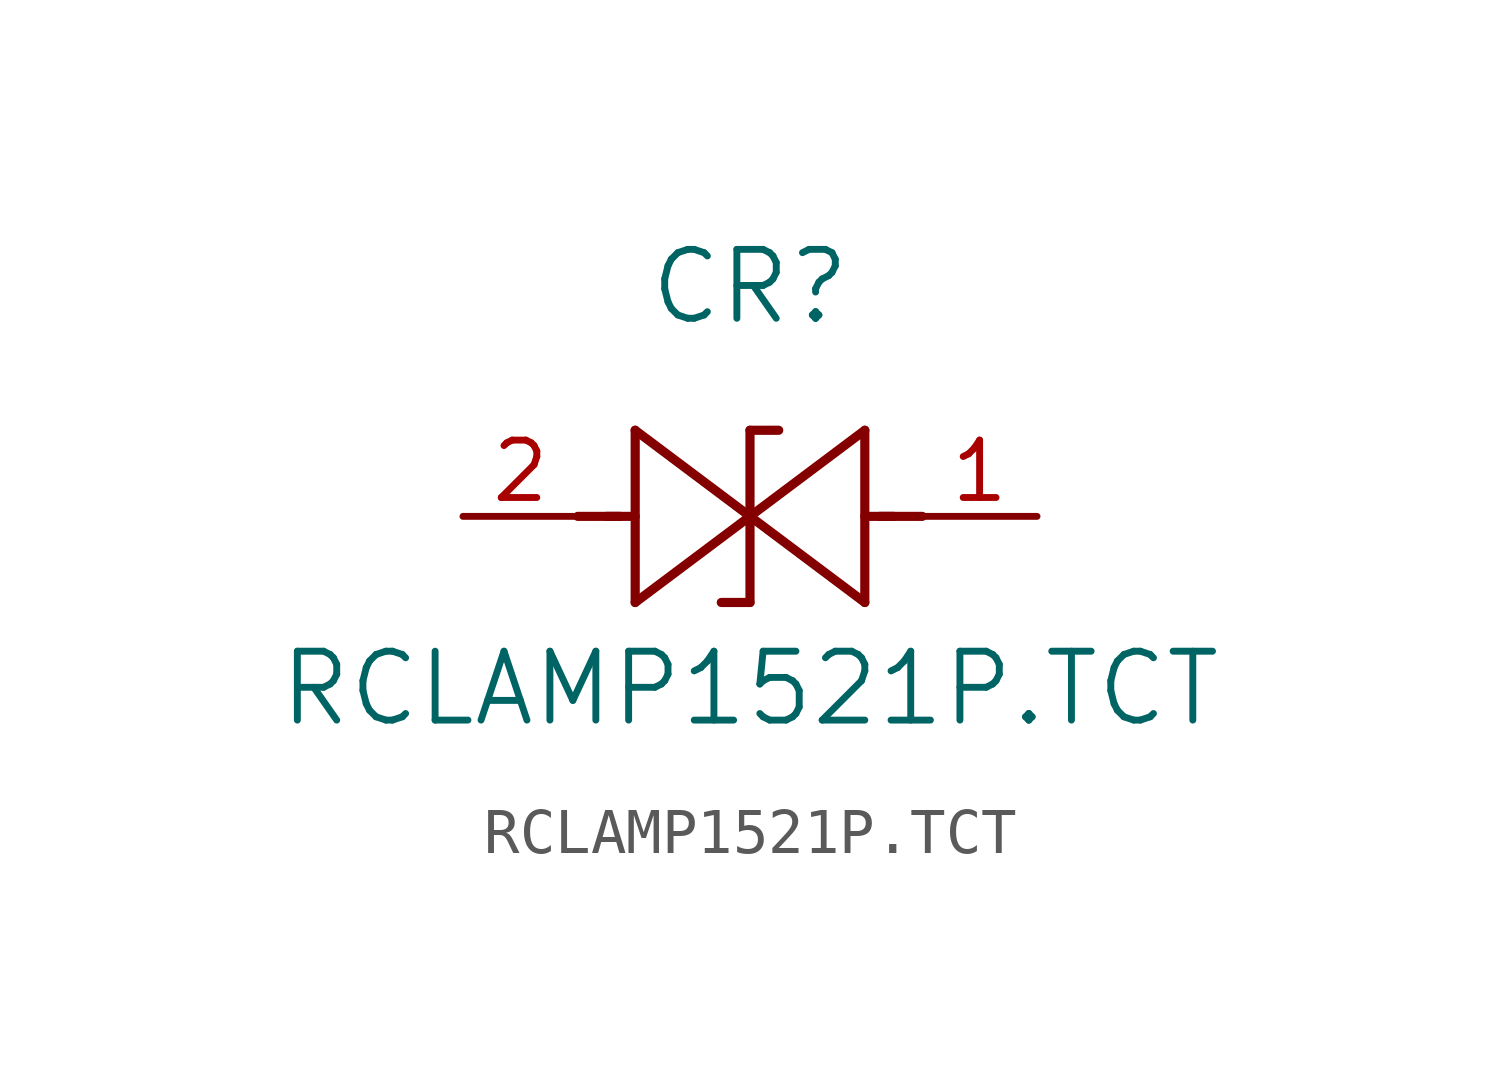
<source format=kicad_sym>
(kicad_symbol_lib
  (version 20211014)
  (generator kicad_symbol_editor)
  (symbol "RCLAMP1521P.TCT"
    (pin_names
      (offset 0.254))
    (property "Reference" "CR"
      (at 6.35 5.08 0)
      (effects (font (size 1.524 1.524))))
    (property "Value" "RCLAMP1521P.TCT"
      (at 6.35 -3.81 0)
      (effects (font (size 1.524 1.524))))
    (symbol "RCLAMP1521P.TCT_0_1"
      (polyline (pts (xy 2.54 0) (xy 3.48 0)) (stroke (width 0.203) (type default) (color 0 0 0 0)) (fill (type none)))
      (polyline (pts (xy 3.81 1.905) (xy 3.81 -1.905)) (stroke (width 0.203) (type default) (color 0 0 0 0)) (fill (type none)))
      (polyline (pts (xy 3.175 0) (xy 3.81 0)) (stroke (width 0.203) (type default) (color 0 0 0 0)) (fill (type none)))
      (polyline (pts (xy 6.35 0) (xy 3.81 1.905)) (stroke (width 0.203) (type default) (color 0 0 0 0)) (fill (type none)))
      (polyline (pts (xy 3.81 -1.905) (xy 6.35 0)) (stroke (width 0.203) (type default) (color 0 0 0 0)) (fill (type none)))
      (polyline (pts (xy 6.35 1.905) (xy 6.985 1.905)) (stroke (width 0.203) (type default) (color 0 0 0 0)) (fill (type none)))
      (polyline (pts (xy 6.35 -1.905) (xy 5.715 -1.905)) (stroke (width 0.203) (type default) (color 0 0 0 0)) (fill (type none)))
      (polyline (pts (xy 10.16 0) (xy 9.22 0)) (stroke (width 0.203) (type default) (color 0 0 0 0)) (fill (type none)))
      (polyline (pts (xy 8.89 -1.905) (xy 8.89 1.905)) (stroke (width 0.203) (type default) (color 0 0 0 0)) (fill (type none)))
      (polyline (pts (xy 9.525 0) (xy 8.89 0)) (stroke (width 0.203) (type default) (color 0 0 0 0)) (fill (type none)))
      (polyline (pts (xy 6.35 1.905) (xy 6.35 -1.905)) (stroke (width 0.203) (type default) (color 0 0 0 0)) (fill (type none)))
      (polyline (pts (xy 6.35 0) (xy 8.89 -1.905)) (stroke (width 0.203) (type default) (color 0 0 0 0)) (fill (type none)))
      (polyline (pts (xy 8.89 1.905) (xy 6.35 0)) (stroke (width 0.203) (type default) (color 0 0 0 0)) (fill (type none)))
      (pin unspecified line (at 12.7 0 180) (length 2.54) (name "" (effects (font (size 1.27 1.27)))) (number "1" (effects (font (size 1.27 1.27)))))
      (pin unspecified line (at 0 0 0) (length 2.54) (name "" (effects (font (size 1.27 1.27)))) (number "2" (effects (font (size 1.27 1.27))))))))
</source>
